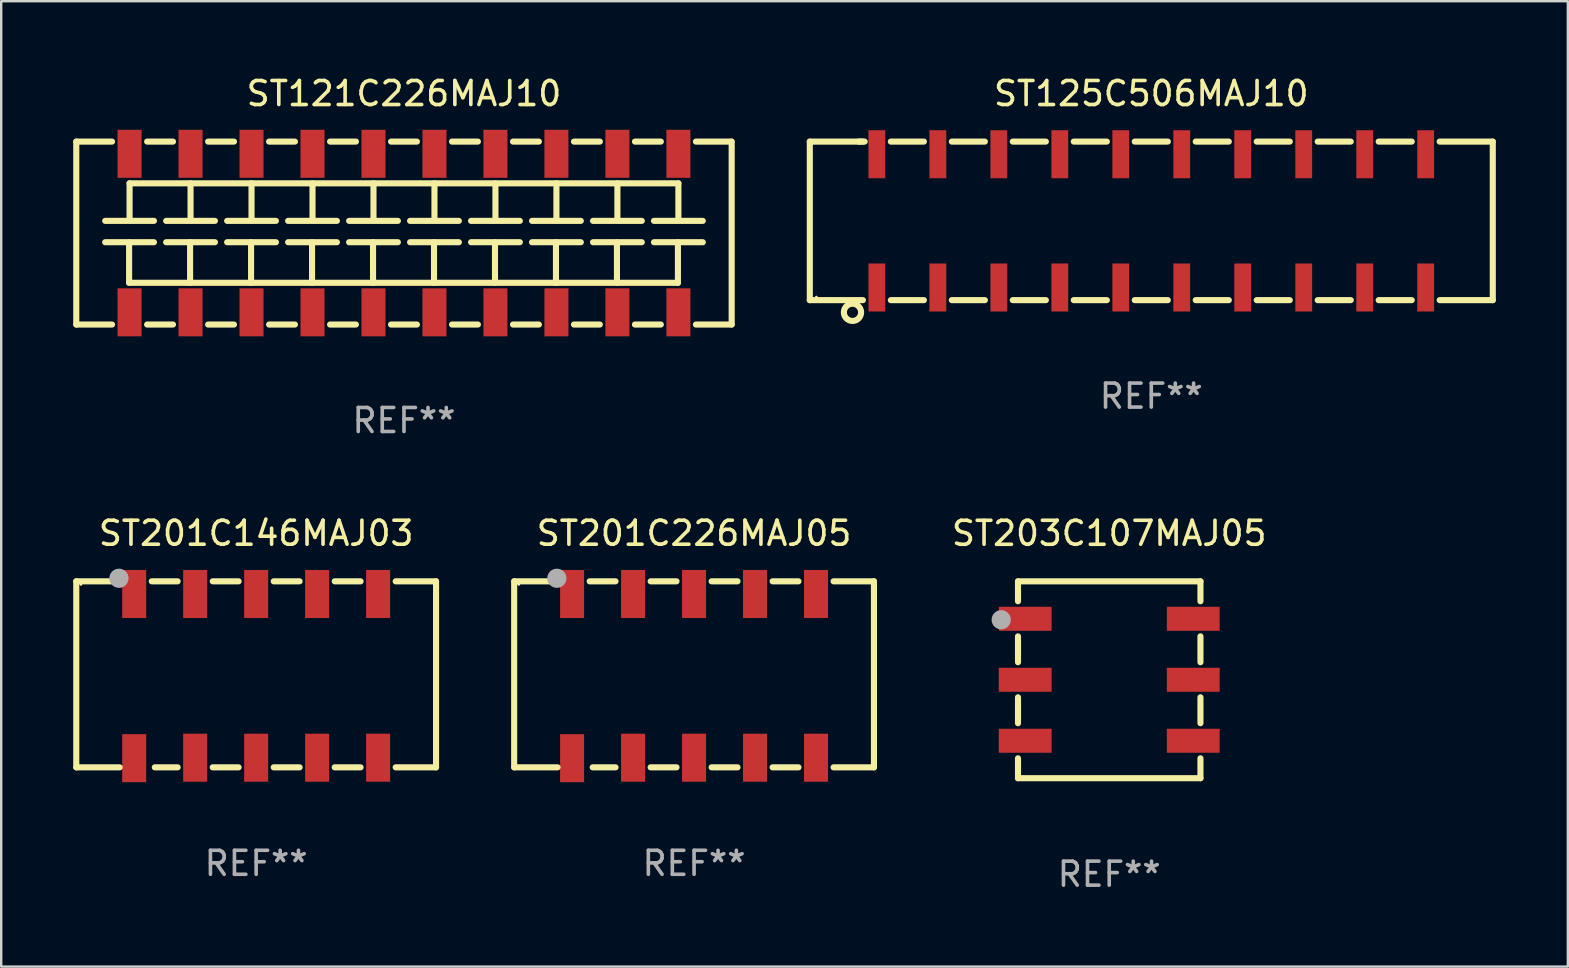
<source format=kicad_pcb>
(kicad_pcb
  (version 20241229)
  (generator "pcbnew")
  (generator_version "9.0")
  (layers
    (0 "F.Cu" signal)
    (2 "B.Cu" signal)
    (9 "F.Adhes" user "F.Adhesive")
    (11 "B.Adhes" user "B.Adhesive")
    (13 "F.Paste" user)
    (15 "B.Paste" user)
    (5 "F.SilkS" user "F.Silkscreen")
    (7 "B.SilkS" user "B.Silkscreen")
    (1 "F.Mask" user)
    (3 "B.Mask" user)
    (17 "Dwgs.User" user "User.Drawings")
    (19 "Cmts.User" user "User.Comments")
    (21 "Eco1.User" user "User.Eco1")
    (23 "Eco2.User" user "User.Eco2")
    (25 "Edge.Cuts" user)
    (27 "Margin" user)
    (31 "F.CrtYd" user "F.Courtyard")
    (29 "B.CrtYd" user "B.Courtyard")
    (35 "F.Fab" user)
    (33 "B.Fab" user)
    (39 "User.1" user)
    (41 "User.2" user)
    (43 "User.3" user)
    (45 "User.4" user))
  (footprint "ST201C146MAJ03"
    (layer "F.Cu")
    (at 7.62 25.038)
    (property "Reference" "ST201C146MAJ03" (at 0 -5.874 0) (layer "F.SilkS") (effects (font (size 1 1) (thickness 0.15))))
    (attr through_hole)
    (fp_line (start -7.493 -3.874) (end -5.811 -3.874) (stroke (width 0.254) (type solid)) (layer "F.SilkS"))
    (fp_line (start -7.493 3.874) (end -7.493 -3.874) (stroke (width 0.254) (type solid)) (layer "F.SilkS"))
    (fp_line (start -5.684 3.874) (end -7.493 3.874) (stroke (width 0.254) (type solid)) (layer "F.SilkS"))
    (fp_line (start -4.349 -3.874) (end -3.271 -3.874) (stroke (width 0.254) (type solid)) (layer "F.SilkS"))
    (fp_line (start -3.271 3.874) (end -4.222 3.874) (stroke (width 0.254) (type solid)) (layer "F.SilkS"))
    (fp_line (start -1.809 -3.874) (end -0.731 -3.874) (stroke (width 0.254) (type solid)) (layer "F.SilkS"))
    (fp_line (start -0.731 3.874) (end -1.809 3.874) (stroke (width 0.254) (type solid)) (layer "F.SilkS"))
    (fp_line (start 0.731 -3.874) (end 1.809 -3.874) (stroke (width 0.254) (type solid)) (layer "F.SilkS"))
    (fp_line (start 1.809 3.874) (end 0.731 3.874) (stroke (width 0.254) (type solid)) (layer "F.SilkS"))
    (fp_line (start 3.271 -3.874) (end 4.349 -3.874) (stroke (width 0.254) (type solid)) (layer "F.SilkS"))
    (fp_line (start 4.349 3.874) (end 3.271 3.874) (stroke (width 0.254) (type solid)) (layer "F.SilkS"))
    (fp_line (start 5.811 -3.874) (end 7.493 -3.874) (stroke (width 0.254) (type solid)) (layer "F.SilkS"))
    (fp_line (start 7.493 -3.874) (end 7.493 3.874) (stroke (width 0.254) (type solid)) (layer "F.SilkS"))
    (fp_line (start 7.493 3.874) (end 5.811 3.874) (stroke (width 0.254) (type solid)) (layer "F.SilkS"))
    (fp_circle (center -7.3 -3.747) (end -7.27 -3.747) (stroke (width 0.06) (type solid)) (fill no) (layer "F.SilkS"))
    (fp_circle (center -5.715 -4.001) (end -5.515 -4.001) (stroke (width 0.4) (type solid)) (fill no) (layer "F.Fab"))
    (fp_text user "REF**" (at 0 7.874 0) (layer "F.Fab") (effects (font (size 1 1) (thickness 0.15))))
    (pad "1" smd rect (at -5.08 -3.346 180) (size 1 2) (layers "F.Cu" "F.Mask" "F.Paste"))
    (pad "2" smd rect (at -2.54 -3.346 180) (size 1 2) (layers "F.Cu" "F.Mask" "F.Paste"))
    (pad "3" smd rect (at 0 -3.346 180) (size 1 2) (layers "F.Cu" "F.Mask" "F.Paste"))
    (pad "4" smd rect (at 2.54 -3.346) (size 1 2) (layers "F.Cu" "F.Mask" "F.Paste"))
    (pad "5" smd rect (at 5.08 -3.346) (size 1 2) (layers "F.Cu" "F.Mask" "F.Paste"))
    (pad "6" smd rect (at 5.08 3.473) (size 1 2) (layers "F.Cu" "F.Mask" "F.Paste"))
    (pad "7" smd rect (at 2.54 3.473) (size 1 2) (layers "F.Cu" "F.Mask" "F.Paste"))
    (pad "8" smd rect (at 0 3.473) (size 1 2) (layers "F.Cu" "F.Mask" "F.Paste"))
    (pad "9" smd rect (at -2.54 3.473 180) (size 1 2) (layers "F.Cu" "F.Mask" "F.Paste"))
    (pad "10" smd rect (at -5.08 3.493 180) (size 1 2) (layers "F.Cu" "F.Mask" "F.Paste")))
  (footprint "ST121C226MAJ10"
    (layer "F.Cu")
    (at 13.777 6.658)
    (property "Reference" "ST121C226MAJ10" (at 0 -5.81 0) (layer "F.SilkS") (effects (font (size 1 1) (thickness 0.15))))
    (attr through_hole)
    (fp_line (start -13.65 -3.81) (end -12.161 -3.81) (stroke (width 0.254) (type solid)) (layer "F.SilkS"))
    (fp_line (start -13.65 3.81) (end -13.65 -3.81) (stroke (width 0.254) (type solid)) (layer "F.SilkS"))
    (fp_line (start -12.446 -0.508) (end -10.414 -0.508) (stroke (width 0.254) (type solid)) (layer "F.SilkS"))
    (fp_line (start -12.446 0.381) (end -10.414 0.381) (stroke (width 0.254) (type solid)) (layer "F.SilkS"))
    (fp_line (start -12.161 3.81) (end -13.65 3.81) (stroke (width 0.254) (type solid)) (layer "F.SilkS"))
    (fp_line (start -11.449 0.381) (end -11.449 2.071) (stroke (width 0.254) (type solid)) (layer "F.SilkS"))
    (fp_line (start -11.449 2.071) (end 11.411 2.071) (stroke (width 0.254) (type solid)) (layer "F.SilkS"))
    (fp_line (start -11.43 -0.635) (end -11.43 -2.071) (stroke (width 0.254) (type solid)) (layer "F.SilkS"))
    (fp_line (start -10.699 -3.81) (end -9.621 -3.81) (stroke (width 0.254) (type solid)) (layer "F.SilkS"))
    (fp_line (start -9.906 -0.508) (end -7.874 -0.508) (stroke (width 0.254) (type solid)) (layer "F.SilkS"))
    (fp_line (start -9.906 0.381) (end -7.874 0.381) (stroke (width 0.254) (type solid)) (layer "F.SilkS"))
    (fp_line (start -9.621 3.81) (end -10.699 3.81) (stroke (width 0.254) (type solid)) (layer "F.SilkS"))
    (fp_line (start -8.909 0.381) (end -8.909 2.071) (stroke (width 0.254) (type solid)) (layer "F.SilkS"))
    (fp_line (start -8.89 -0.635) (end -8.89 -2.071) (stroke (width 0.254) (type solid)) (layer "F.SilkS"))
    (fp_line (start -8.159 -3.81) (end -7.081 -3.81) (stroke (width 0.254) (type solid)) (layer "F.SilkS"))
    (fp_line (start -7.366 -0.508) (end -5.334 -0.508) (stroke (width 0.254) (type solid)) (layer "F.SilkS"))
    (fp_line (start -7.366 0.381) (end -5.334 0.381) (stroke (width 0.254) (type solid)) (layer "F.SilkS"))
    (fp_line (start -7.081 3.81) (end -8.159 3.81) (stroke (width 0.254) (type solid)) (layer "F.SilkS"))
    (fp_line (start -6.369 0.381) (end -6.369 2.071) (stroke (width 0.254) (type solid)) (layer "F.SilkS"))
    (fp_line (start -6.35 -0.635) (end -6.35 -2.071) (stroke (width 0.254) (type solid)) (layer "F.SilkS"))
    (fp_line (start -5.619 -3.81) (end -4.541 -3.81) (stroke (width 0.254) (type solid)) (layer "F.SilkS"))
    (fp_line (start -4.826 -0.508) (end -2.794 -0.508) (stroke (width 0.254) (type solid)) (layer "F.SilkS"))
    (fp_line (start -4.826 0.381) (end -2.794 0.381) (stroke (width 0.254) (type solid)) (layer "F.SilkS"))
    (fp_line (start -4.541 3.81) (end -5.619 3.81) (stroke (width 0.254) (type solid)) (layer "F.SilkS"))
    (fp_line (start -3.829 0.381) (end -3.829 2.071) (stroke (width 0.254) (type solid)) (layer "F.SilkS"))
    (fp_line (start -3.81 -0.635) (end -3.81 -2.071) (stroke (width 0.254) (type solid)) (layer "F.SilkS"))
    (fp_line (start -3.079 -3.81) (end -2.001 -3.81) (stroke (width 0.254) (type solid)) (layer "F.SilkS"))
    (fp_line (start -2.286 -0.508) (end -0.254 -0.508) (stroke (width 0.254) (type solid)) (layer "F.SilkS"))
    (fp_line (start -2.286 0.381) (end -0.254 0.381) (stroke (width 0.254) (type solid)) (layer "F.SilkS"))
    (fp_line (start -2.001 3.81) (end -3.079 3.81) (stroke (width 0.254) (type solid)) (layer "F.SilkS"))
    (fp_line (start -1.289 0.381) (end -1.289 2.071) (stroke (width 0.254) (type solid)) (layer "F.SilkS"))
    (fp_line (start -1.27 -0.635) (end -1.27 -2.071) (stroke (width 0.254) (type solid)) (layer "F.SilkS"))
    (fp_line (start -0.539 -3.81) (end 0.539 -3.81) (stroke (width 0.254) (type solid)) (layer "F.SilkS"))
    (fp_line (start 0.254 -0.508) (end 2.286 -0.508) (stroke (width 0.254) (type solid)) (layer "F.SilkS"))
    (fp_line (start 0.254 0.381) (end 2.286 0.381) (stroke (width 0.254) (type solid)) (layer "F.SilkS"))
    (fp_line (start 0.539 3.81) (end -0.539 3.81) (stroke (width 0.254) (type solid)) (layer "F.SilkS"))
    (fp_line (start 1.251 0.381) (end 1.251 2.071) (stroke (width 0.254) (type solid)) (layer "F.SilkS"))
    (fp_line (start 1.27 -0.635) (end 1.27 -2.071) (stroke (width 0.254) (type solid)) (layer "F.SilkS"))
    (fp_line (start 2.001 -3.81) (end 3.079 -3.81) (stroke (width 0.254) (type solid)) (layer "F.SilkS"))
    (fp_line (start 2.794 -0.508) (end 4.826 -0.508) (stroke (width 0.254) (type solid)) (layer "F.SilkS"))
    (fp_line (start 2.794 0.381) (end 4.826 0.381) (stroke (width 0.254) (type solid)) (layer "F.SilkS"))
    (fp_line (start 3.079 3.81) (end 2.001 3.81) (stroke (width 0.254) (type solid)) (layer "F.SilkS"))
    (fp_line (start 3.791 0.381) (end 3.791 2.071) (stroke (width 0.254) (type solid)) (layer "F.SilkS"))
    (fp_line (start 3.81 -0.635) (end 3.81 -2.071) (stroke (width 0.254) (type solid)) (layer "F.SilkS"))
    (fp_line (start 4.541 -3.81) (end 5.619 -3.81) (stroke (width 0.254) (type solid)) (layer "F.SilkS"))
    (fp_line (start 5.334 -0.508) (end 7.366 -0.508) (stroke (width 0.254) (type solid)) (layer "F.SilkS"))
    (fp_line (start 5.334 0.381) (end 7.366 0.381) (stroke (width 0.254) (type solid)) (layer "F.SilkS"))
    (fp_line (start 5.619 3.81) (end 4.541 3.81) (stroke (width 0.254) (type solid)) (layer "F.SilkS"))
    (fp_line (start 6.331 0.381) (end 6.331 2.071) (stroke (width 0.254) (type solid)) (layer "F.SilkS"))
    (fp_line (start 6.35 -0.635) (end 6.35 -2.071) (stroke (width 0.254) (type solid)) (layer "F.SilkS"))
    (fp_line (start 7.081 -3.81) (end 8.159 -3.81) (stroke (width 0.254) (type solid)) (layer "F.SilkS"))
    (fp_line (start 7.874 -0.508) (end 9.906 -0.508) (stroke (width 0.254) (type solid)) (layer "F.SilkS"))
    (fp_line (start 7.874 0.381) (end 9.906 0.381) (stroke (width 0.254) (type solid)) (layer "F.SilkS"))
    (fp_line (start 8.159 3.81) (end 7.081 3.81) (stroke (width 0.254) (type solid)) (layer "F.SilkS"))
    (fp_line (start 8.871 0.381) (end 8.871 2.071) (stroke (width 0.254) (type solid)) (layer "F.SilkS"))
    (fp_line (start 8.89 -0.635) (end 8.89 -2.071) (stroke (width 0.254) (type solid)) (layer "F.SilkS"))
    (fp_line (start 9.621 -3.81) (end 10.699 -3.81) (stroke (width 0.254) (type solid)) (layer "F.SilkS"))
    (fp_line (start 10.414 -0.508) (end 12.446 -0.508) (stroke (width 0.254) (type solid)) (layer "F.SilkS"))
    (fp_line (start 10.414 0.381) (end 12.446 0.381) (stroke (width 0.254) (type solid)) (layer "F.SilkS"))
    (fp_line (start 10.699 3.81) (end 9.621 3.81) (stroke (width 0.254) (type solid)) (layer "F.SilkS"))
    (fp_line (start 11.411 0.381) (end 11.411 2.071) (stroke (width 0.254) (type solid)) (layer "F.SilkS"))
    (fp_line (start 11.43 -2.071) (end -11.43 -2.071) (stroke (width 0.254) (type solid)) (layer "F.SilkS"))
    (fp_line (start 11.43 -0.635) (end 11.43 -2.071) (stroke (width 0.254) (type solid)) (layer "F.SilkS"))
    (fp_line (start 12.161 -3.81) (end 13.64 -3.81) (stroke (width 0.254) (type solid)) (layer "F.SilkS"))
    (fp_line (start 13.65 -3.81) (end 13.65 3.81) (stroke (width 0.254) (type solid)) (layer "F.SilkS"))
    (fp_line (start 13.65 3.81) (end 12.161 3.81) (stroke (width 0.254) (type solid)) (layer "F.SilkS"))
    (fp_circle (center -13.65 3.81) (end -13.62 3.81) (stroke (width 0.06) (type solid)) (fill no) (layer "F.SilkS"))
    (fp_text user "REF**" (at 0 7.81 0) (layer "F.Fab") (effects (font (size 1 1) (thickness 0.15))))
    (pad "1" smd rect (at -11.43 3.302) (size 1 2) (layers "F.Cu" "F.Mask" "F.Paste"))
    (pad "2" smd rect (at -11.43 -3.302) (size 1 2) (layers "F.Cu" "F.Mask" "F.Paste"))
    (pad "3" smd rect (at -8.89 3.302) (size 1 2) (layers "F.Cu" "F.Mask" "F.Paste"))
    (pad "4" smd rect (at -8.89 -3.302) (size 1 2) (layers "F.Cu" "F.Mask" "F.Paste"))
    (pad "5" smd rect (at -6.35 3.302) (size 1 2) (layers "F.Cu" "F.Mask" "F.Paste"))
    (pad "6" smd rect (at -6.35 -3.302) (size 1 2) (layers "F.Cu" "F.Mask" "F.Paste"))
    (pad "7" smd rect (at -3.81 3.302) (size 1 2) (layers "F.Cu" "F.Mask" "F.Paste"))
    (pad "8" smd rect (at -3.81 -3.302) (size 1 2) (layers "F.Cu" "F.Mask" "F.Paste"))
    (pad "9" smd rect (at -1.27 3.302) (size 1 2) (layers "F.Cu" "F.Mask" "F.Paste"))
    (pad "10" smd rect (at -1.27 -3.302) (size 1 2) (layers "F.Cu" "F.Mask" "F.Paste"))
    (pad "11" smd rect (at 1.27 3.302) (size 1 2) (layers "F.Cu" "F.Mask" "F.Paste"))
    (pad "12" smd rect (at 1.27 -3.302) (size 1 2) (layers "F.Cu" "F.Mask" "F.Paste"))
    (pad "13" smd rect (at 3.81 3.302) (size 1 2) (layers "F.Cu" "F.Mask" "F.Paste"))
    (pad "14" smd rect (at 3.81 -3.302) (size 1 2) (layers "F.Cu" "F.Mask" "F.Paste"))
    (pad "15" smd rect (at 6.35 3.302) (size 1 2) (layers "F.Cu" "F.Mask" "F.Paste"))
    (pad "16" smd rect (at 6.35 -3.302) (size 1 2) (layers "F.Cu" "F.Mask" "F.Paste"))
    (pad "17" smd rect (at 8.89 3.302) (size 1 2) (layers "F.Cu" "F.Mask" "F.Paste"))
    (pad "18" smd rect (at 8.89 -3.302) (size 1 2) (layers "F.Cu" "F.Mask" "F.Paste"))
    (pad "19" smd rect (at 11.43 3.302) (size 1 2) (layers "F.Cu" "F.Mask" "F.Paste"))
    (pad "20" smd rect (at 11.43 -3.302) (size 1 2) (layers "F.Cu" "F.Mask" "F.Paste")))
  (footprint "ST203C107MAJ05"
    (layer "F.Cu")
    (at 43.153 25.265)
    (property "Reference" "ST203C107MAJ05" (at 0 -6.1 0) (layer "F.SilkS") (effects (font (size 1 1) (thickness 0.15))))
    (attr through_hole)
    (fp_line (start -3.8 -4.1) (end -3.8 -3.271) (stroke (width 0.254) (type solid)) (layer "F.SilkS"))
    (fp_line (start -3.8 -1.809) (end -3.8 -0.731) (stroke (width 0.254) (type solid)) (layer "F.SilkS"))
    (fp_line (start -3.8 0.731) (end -3.8 1.809) (stroke (width 0.254) (type solid)) (layer "F.SilkS"))
    (fp_line (start -3.8 3.271) (end -3.8 4.1) (stroke (width 0.254) (type solid)) (layer "F.SilkS"))
    (fp_line (start -3.8 4.1) (end 3.8 4.1) (stroke (width 0.254) (type solid)) (layer "F.SilkS"))
    (fp_line (start 3.8 -4.1) (end -3.8 -4.1) (stroke (width 0.254) (type solid)) (layer "F.SilkS"))
    (fp_line (start 3.8 -3.271) (end 3.8 -4.1) (stroke (width 0.254) (type solid)) (layer "F.SilkS"))
    (fp_line (start 3.8 -0.731) (end 3.8 -1.809) (stroke (width 0.254) (type solid)) (layer "F.SilkS"))
    (fp_line (start 3.8 1.809) (end 3.8 0.731) (stroke (width 0.254) (type solid)) (layer "F.SilkS"))
    (fp_line (start 3.8 4.1) (end 3.8 3.271) (stroke (width 0.254) (type solid)) (layer "F.SilkS"))
    (fp_circle (center -3.8 -4.13) (end -3.77 -4.13) (stroke (width 0.06) (type solid)) (fill no) (layer "F.SilkS"))
    (fp_circle (center -4.5 -2.5) (end -4.3 -2.5) (stroke (width 0.4) (type solid)) (fill no) (layer "F.Fab"))
    (fp_text user "REF**" (at 0 8.1 0) (layer "F.Fab") (effects (font (size 1 1) (thickness 0.15))))
    (pad "1" smd rect (at -3.5 -2.54) (size 2.2 1) (layers "F.Cu" "F.Mask" "F.Paste"))
    (pad "2" smd rect (at -3.5 0) (size 2.2 1) (layers "F.Cu" "F.Mask" "F.Paste"))
    (pad "3" smd rect (at -3.5 2.54) (size 2.2 1) (layers "F.Cu" "F.Mask" "F.Paste"))
    (pad "4" smd rect (at 3.5 2.54) (size 2.2 1) (layers "F.Cu" "F.Mask" "F.Paste"))
    (pad "5" smd rect (at 3.5 0) (size 2.2 1) (layers "F.Cu" "F.Mask" "F.Paste"))
    (pad "6" smd rect (at 3.5 -2.54) (size 2.2 1) (layers "F.Cu" "F.Mask" "F.Paste")))
  (footprint "ST201C226MAJ05"
    (layer "F.Cu")
    (at 25.86 25.038)
    (property "Reference" "ST201C226MAJ05" (at 0 -5.874 0) (layer "F.SilkS") (effects (font (size 1 1) (thickness 0.15))))
    (attr through_hole)
    (fp_line (start -7.493 -3.874) (end -5.811 -3.874) (stroke (width 0.254) (type solid)) (layer "F.SilkS"))
    (fp_line (start -7.493 3.874) (end -7.493 -3.874) (stroke (width 0.254) (type solid)) (layer "F.SilkS"))
    (fp_line (start -5.684 3.874) (end -7.493 3.874) (stroke (width 0.254) (type solid)) (layer "F.SilkS"))
    (fp_line (start -4.349 -3.874) (end -3.271 -3.874) (stroke (width 0.254) (type solid)) (layer "F.SilkS"))
    (fp_line (start -3.271 3.874) (end -4.222 3.874) (stroke (width 0.254) (type solid)) (layer "F.SilkS"))
    (fp_line (start -1.809 -3.874) (end -0.731 -3.874) (stroke (width 0.254) (type solid)) (layer "F.SilkS"))
    (fp_line (start -0.731 3.874) (end -1.809 3.874) (stroke (width 0.254) (type solid)) (layer "F.SilkS"))
    (fp_line (start 0.731 -3.874) (end 1.809 -3.874) (stroke (width 0.254) (type solid)) (layer "F.SilkS"))
    (fp_line (start 1.809 3.874) (end 0.731 3.874) (stroke (width 0.254) (type solid)) (layer "F.SilkS"))
    (fp_line (start 3.271 -3.874) (end 4.349 -3.874) (stroke (width 0.254) (type solid)) (layer "F.SilkS"))
    (fp_line (start 4.349 3.874) (end 3.271 3.874) (stroke (width 0.254) (type solid)) (layer "F.SilkS"))
    (fp_line (start 5.811 -3.874) (end 7.493 -3.874) (stroke (width 0.254) (type solid)) (layer "F.SilkS"))
    (fp_line (start 7.493 -3.874) (end 7.493 3.874) (stroke (width 0.254) (type solid)) (layer "F.SilkS"))
    (fp_line (start 7.493 3.874) (end 5.811 3.874) (stroke (width 0.254) (type solid)) (layer "F.SilkS"))
    (fp_circle (center -7.3 -3.747) (end -7.27 -3.747) (stroke (width 0.06) (type solid)) (fill no) (layer "F.SilkS"))
    (fp_circle (center -5.715 -4.001) (end -5.515 -4.001) (stroke (width 0.4) (type solid)) (fill no) (layer "F.Fab"))
    (fp_text user "REF**" (at 0 7.874 0) (layer "F.Fab") (effects (font (size 1 1) (thickness 0.15))))
    (pad "1" smd rect (at -5.08 -3.346 180) (size 1 2) (layers "F.Cu" "F.Mask" "F.Paste"))
    (pad "2" smd rect (at -2.54 -3.346 180) (size 1 2) (layers "F.Cu" "F.Mask" "F.Paste"))
    (pad "3" smd rect (at 0 -3.346 180) (size 1 2) (layers "F.Cu" "F.Mask" "F.Paste"))
    (pad "4" smd rect (at 2.54 -3.346) (size 1 2) (layers "F.Cu" "F.Mask" "F.Paste"))
    (pad "5" smd rect (at 5.08 -3.346) (size 1 2) (layers "F.Cu" "F.Mask" "F.Paste"))
    (pad "6" smd rect (at 5.08 3.473) (size 1 2) (layers "F.Cu" "F.Mask" "F.Paste"))
    (pad "7" smd rect (at 2.54 3.473) (size 1 2) (layers "F.Cu" "F.Mask" "F.Paste"))
    (pad "8" smd rect (at 0 3.473) (size 1 2) (layers "F.Cu" "F.Mask" "F.Paste"))
    (pad "9" smd rect (at -2.54 3.473 180) (size 1 2) (layers "F.Cu" "F.Mask" "F.Paste"))
    (pad "10" smd rect (at -5.08 3.493 180) (size 1 2) (layers "F.Cu" "F.Mask" "F.Paste")))
  (footprint "ST125C506MAJ10"
    (layer "F.Cu")
    (at 44.905 6.15)
    (property "Reference" "ST125C506MAJ10" (at 0 -5.302 0) (layer "F.SilkS") (effects (font (size 1 1) (thickness 0.15))))
    (attr through_hole)
    (fp_line (start -14.224 -3.302) (end -14.224 3.302) (stroke (width 0.254) (type solid)) (layer "F.SilkS"))
    (fp_line (start -14.224 3.302) (end -12.011 3.302) (stroke (width 0.254) (type solid)) (layer "F.SilkS"))
    (fp_line (start -12.011 -3.302) (end -12.192 -3.302) (stroke (width 0.254) (type solid)) (layer "F.SilkS"))
    (fp_line (start -11.938 -3.302) (end -14.224 -3.302) (stroke (width 0.254) (type solid)) (layer "F.SilkS"))
    (fp_line (start -10.849 3.302) (end -9.471 3.302) (stroke (width 0.254) (type solid)) (layer "F.SilkS"))
    (fp_line (start -9.471 -3.302) (end -10.849 -3.302) (stroke (width 0.254) (type solid)) (layer "F.SilkS"))
    (fp_line (start -8.309 3.302) (end -6.931 3.302) (stroke (width 0.254) (type solid)) (layer "F.SilkS"))
    (fp_line (start -6.931 -3.302) (end -8.309 -3.302) (stroke (width 0.254) (type solid)) (layer "F.SilkS"))
    (fp_line (start -5.769 3.302) (end -4.391 3.302) (stroke (width 0.254) (type solid)) (layer "F.SilkS"))
    (fp_line (start -4.391 -3.302) (end -5.769 -3.302) (stroke (width 0.254) (type solid)) (layer "F.SilkS"))
    (fp_line (start -3.229 3.302) (end -1.851 3.302) (stroke (width 0.254) (type solid)) (layer "F.SilkS"))
    (fp_line (start -1.851 -3.302) (end -3.229 -3.302) (stroke (width 0.254) (type solid)) (layer "F.SilkS"))
    (fp_line (start -0.689 3.302) (end 0.689 3.302) (stroke (width 0.254) (type solid)) (layer "F.SilkS"))
    (fp_line (start 0.689 -3.302) (end -0.689 -3.302) (stroke (width 0.254) (type solid)) (layer "F.SilkS"))
    (fp_line (start 1.851 3.302) (end 3.229 3.302) (stroke (width 0.254) (type solid)) (layer "F.SilkS"))
    (fp_line (start 3.229 -3.302) (end 1.851 -3.302) (stroke (width 0.254) (type solid)) (layer "F.SilkS"))
    (fp_line (start 4.391 3.302) (end 5.769 3.302) (stroke (width 0.254) (type solid)) (layer "F.SilkS"))
    (fp_line (start 5.769 -3.302) (end 4.391 -3.302) (stroke (width 0.254) (type solid)) (layer "F.SilkS"))
    (fp_line (start 6.931 3.302) (end 8.309 3.302) (stroke (width 0.254) (type solid)) (layer "F.SilkS"))
    (fp_line (start 8.309 -3.302) (end 6.931 -3.302) (stroke (width 0.254) (type solid)) (layer "F.SilkS"))
    (fp_line (start 9.471 3.302) (end 10.849 3.302) (stroke (width 0.254) (type solid)) (layer "F.SilkS"))
    (fp_line (start 10.849 -3.302) (end 9.471 -3.302) (stroke (width 0.254) (type solid)) (layer "F.SilkS"))
    (fp_line (start 12.011 3.302) (end 14.224 3.302) (stroke (width 0.254) (type solid)) (layer "F.SilkS"))
    (fp_line (start 14.224 -3.302) (end 12.011 -3.302) (stroke (width 0.254) (type solid)) (layer "F.SilkS"))
    (fp_line (start 14.224 3.302) (end 14.224 -3.302) (stroke (width 0.254) (type solid)) (layer "F.SilkS"))
    (fp_circle (center -13.95 3.175) (end -13.92 3.175) (stroke (width 0.06) (type solid)) (fill no) (layer "F.SilkS"))
    (fp_circle (center -12.446 3.81) (end -12.087 3.81) (stroke (width 0.254) (type solid)) (fill no) (layer "F.SilkS"))
    (fp_text user "REF**" (at 0 7.302 0) (layer "F.Fab") (effects (font (size 1 1) (thickness 0.15))))
    (pad "1" smd rect (at -11.43 2.775) (size 0.7 2) (layers "F.Cu" "F.Mask" "F.Paste"))
    (pad "2" smd rect (at -8.89 2.775) (size 0.7 2) (layers "F.Cu" "F.Mask" "F.Paste"))
    (pad "3" smd rect (at -6.35 2.775) (size 0.7 2) (layers "F.Cu" "F.Mask" "F.Paste"))
    (pad "4" smd rect (at -3.81 2.775) (size 0.7 2) (layers "F.Cu" "F.Mask" "F.Paste"))
    (pad "5" smd rect (at -1.27 2.775) (size 0.7 2) (layers "F.Cu" "F.Mask" "F.Paste"))
    (pad "6" smd rect (at 1.27 2.775) (size 0.7 2) (layers "F.Cu" "F.Mask" "F.Paste"))
    (pad "7" smd rect (at 3.81 2.775) (size 0.7 2) (layers "F.Cu" "F.Mask" "F.Paste"))
    (pad "8" smd rect (at 6.35 2.775) (size 0.7 2) (layers "F.Cu" "F.Mask" "F.Paste"))
    (pad "9" smd rect (at 8.89 2.775) (size 0.7 2) (layers "F.Cu" "F.Mask" "F.Paste"))
    (pad "10" smd rect (at 11.43 2.775) (size 0.7 2) (layers "F.Cu" "F.Mask" "F.Paste"))
    (pad "11" smd rect (at 11.43 -2.775) (size 0.7 2) (layers "F.Cu" "F.Mask" "F.Paste"))
    (pad "12" smd rect (at 8.89 -2.775) (size 0.7 2) (layers "F.Cu" "F.Mask" "F.Paste"))
    (pad "13" smd rect (at 6.35 -2.775) (size 0.7 2) (layers "F.Cu" "F.Mask" "F.Paste"))
    (pad "14" smd rect (at 3.81 -2.775) (size 0.7 2) (layers "F.Cu" "F.Mask" "F.Paste"))
    (pad "15" smd rect (at 1.27 -2.775) (size 0.7 2) (layers "F.Cu" "F.Mask" "F.Paste"))
    (pad "16" smd rect (at -1.27 -2.775) (size 0.7 2) (layers "F.Cu" "F.Mask" "F.Paste"))
    (pad "17" smd rect (at -3.81 -2.775) (size 0.7 2) (layers "F.Cu" "F.Mask" "F.Paste"))
    (pad "18" smd rect (at -6.35 -2.775) (size 0.7 2) (layers "F.Cu" "F.Mask" "F.Paste"))
    (pad "19" smd rect (at -8.89 -2.775) (size 0.7 2) (layers "F.Cu" "F.Mask" "F.Paste"))
    (pad "20" smd rect (at -11.43 -2.775) (size 0.7 2) (layers "F.Cu" "F.Mask" "F.Paste")))
  (gr_rect
    (start -3 -3)
    (end 62.256 37.213)
    (stroke (width 0.1) (type default))
    (fill no)
    (layer "Edge.Cuts")))
</source>
